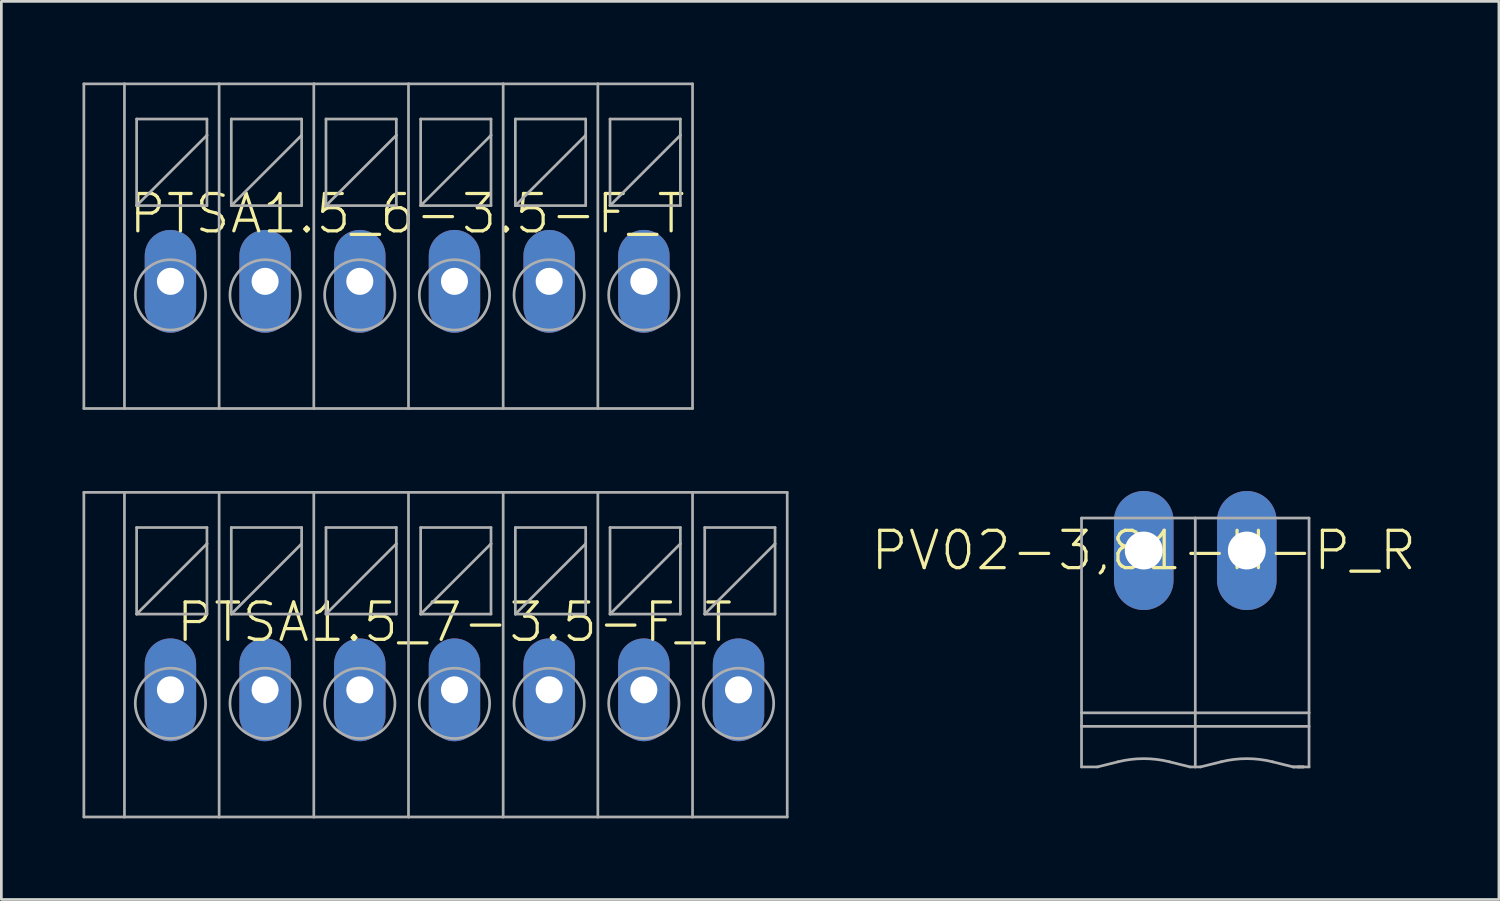
<source format=kicad_pcb>
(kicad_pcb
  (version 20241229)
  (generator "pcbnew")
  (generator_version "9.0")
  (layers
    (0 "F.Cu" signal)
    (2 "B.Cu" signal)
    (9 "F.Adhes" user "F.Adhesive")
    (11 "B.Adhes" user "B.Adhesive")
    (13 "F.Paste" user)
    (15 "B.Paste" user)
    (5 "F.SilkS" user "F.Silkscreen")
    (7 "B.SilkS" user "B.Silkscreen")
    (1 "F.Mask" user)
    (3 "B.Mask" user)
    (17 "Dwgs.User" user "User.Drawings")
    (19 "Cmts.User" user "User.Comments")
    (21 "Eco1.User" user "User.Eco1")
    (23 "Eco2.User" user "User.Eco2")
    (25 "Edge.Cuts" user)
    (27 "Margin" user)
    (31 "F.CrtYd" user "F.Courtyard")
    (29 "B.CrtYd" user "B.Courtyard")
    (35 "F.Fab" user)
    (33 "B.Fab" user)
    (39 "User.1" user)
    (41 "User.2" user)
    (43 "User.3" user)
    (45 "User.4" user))
  (footprint "PTSA1.5_7-3.5-F_T"
    (layer "F.Cu")
    (at 13.75 19.95)
    (property "Reference" "PTSA1.5_7-3.5-F_T" (at 0 0 0) (unlocked yes) (layer "F.SilkS") (effects (font (size 1.38 1.38) (thickness 0.12))))
    (fp_line (start -13.7 -4.8) (end -13.7 7.2) (stroke (width 0.1) (type solid)) (layer "F.Fab"))
    (fp_line (start -13.7 -4.8) (end -12.2 -4.8) (stroke (width 0.1) (type solid)) (layer "F.Fab"))
    (fp_line (start -13.7 7.2) (end -12.2 7.2) (stroke (width 0.1) (type solid)) (layer "F.Fab"))
    (fp_line (start -12.2 -4.8) (end -12.2 7.2) (stroke (width 0.1) (type solid)) (layer "F.Fab"))
    (fp_line (start -12.2 -4.8) (end -8.7 -4.8) (stroke (width 0.1) (type solid)) (layer "F.Fab"))
    (fp_line (start -12.2 7.2) (end -8.7 7.2) (stroke (width 0.1) (type solid)) (layer "F.Fab"))
    (fp_line (start -11.75 -3.5) (end -11.75 -0.3) (stroke (width 0.1) (type solid)) (layer "F.Fab"))
    (fp_line (start -11.75 -0.3) (end -9.15 -2.9) (stroke (width 0.1) (type solid)) (layer "F.Fab"))
    (fp_line (start -11.75 -0.3) (end -9.15 -0.3) (stroke (width 0.1) (type solid)) (layer "F.Fab"))
    (fp_line (start -9.15 -3.5) (end -11.75 -3.5) (stroke (width 0.1) (type solid)) (layer "F.Fab"))
    (fp_line (start -9.15 -2.9) (end -9.15 -3.5) (stroke (width 0.1) (type solid)) (layer "F.Fab"))
    (fp_line (start -9.15 -0.3) (end -9.15 -2.9) (stroke (width 0.1) (type solid)) (layer "F.Fab"))
    (fp_line (start -8.7 -4.8) (end -8.7 7.2) (stroke (width 0.1) (type solid)) (layer "F.Fab"))
    (fp_line (start -8.7 -4.8) (end -5.2 -4.8) (stroke (width 0.1) (type solid)) (layer "F.Fab"))
    (fp_line (start -8.7 7.2) (end -5.2 7.2) (stroke (width 0.1) (type solid)) (layer "F.Fab"))
    (fp_line (start -8.25 -3.5) (end -8.25 -0.3) (stroke (width 0.1) (type solid)) (layer "F.Fab"))
    (fp_line (start -8.25 -0.3) (end -5.65 -2.9) (stroke (width 0.1) (type solid)) (layer "F.Fab"))
    (fp_line (start -8.25 -0.3) (end -5.65 -0.3) (stroke (width 0.1) (type solid)) (layer "F.Fab"))
    (fp_line (start -5.65 -3.5) (end -8.25 -3.5) (stroke (width 0.1) (type solid)) (layer "F.Fab"))
    (fp_line (start -5.65 -2.9) (end -5.65 -3.5) (stroke (width 0.1) (type solid)) (layer "F.Fab"))
    (fp_line (start -5.65 -0.3) (end -5.65 -2.9) (stroke (width 0.1) (type solid)) (layer "F.Fab"))
    (fp_line (start -5.2 -4.8) (end -5.2 7.2) (stroke (width 0.1) (type solid)) (layer "F.Fab"))
    (fp_line (start -5.2 -4.8) (end -1.7 -4.8) (stroke (width 0.1) (type solid)) (layer "F.Fab"))
    (fp_line (start -5.2 7.2) (end -1.7 7.2) (stroke (width 0.1) (type solid)) (layer "F.Fab"))
    (fp_line (start -4.75 -3.5) (end -4.75 -0.3) (stroke (width 0.1) (type solid)) (layer "F.Fab"))
    (fp_line (start -4.75 -0.3) (end -2.15 -2.9) (stroke (width 0.1) (type solid)) (layer "F.Fab"))
    (fp_line (start -4.75 -0.3) (end -2.15 -0.3) (stroke (width 0.1) (type solid)) (layer "F.Fab"))
    (fp_line (start -2.15 -3.5) (end -4.75 -3.5) (stroke (width 0.1) (type solid)) (layer "F.Fab"))
    (fp_line (start -2.15 -2.9) (end -2.15 -3.5) (stroke (width 0.1) (type solid)) (layer "F.Fab"))
    (fp_line (start -2.15 -0.3) (end -2.15 -2.9) (stroke (width 0.1) (type solid)) (layer "F.Fab"))
    (fp_line (start -1.7 -4.8) (end -1.7 7.2) (stroke (width 0.1) (type solid)) (layer "F.Fab"))
    (fp_line (start -1.7 -4.8) (end 1.8 -4.8) (stroke (width 0.1) (type solid)) (layer "F.Fab"))
    (fp_line (start -1.7 7.2) (end 1.8 7.2) (stroke (width 0.1) (type solid)) (layer "F.Fab"))
    (fp_line (start -1.25 -3.5) (end -1.25 -0.3) (stroke (width 0.1) (type solid)) (layer "F.Fab"))
    (fp_line (start -1.25 -0.3) (end 1.35 -2.9) (stroke (width 0.1) (type solid)) (layer "F.Fab"))
    (fp_line (start -1.25 -0.3) (end 1.35 -0.3) (stroke (width 0.1) (type solid)) (layer "F.Fab"))
    (fp_line (start 1.35 -3.5) (end -1.25 -3.5) (stroke (width 0.1) (type solid)) (layer "F.Fab"))
    (fp_line (start 1.35 -2.9) (end 1.35 -3.5) (stroke (width 0.1) (type solid)) (layer "F.Fab"))
    (fp_line (start 1.35 -0.3) (end 1.35 -2.9) (stroke (width 0.1) (type solid)) (layer "F.Fab"))
    (fp_line (start 1.8 -4.8) (end 1.8 7.2) (stroke (width 0.1) (type solid)) (layer "F.Fab"))
    (fp_line (start 1.8 -4.8) (end 5.3 -4.8) (stroke (width 0.1) (type solid)) (layer "F.Fab"))
    (fp_line (start 1.8 7.2) (end 5.3 7.2) (stroke (width 0.1) (type solid)) (layer "F.Fab"))
    (fp_line (start 2.25 -3.5) (end 2.25 -0.3) (stroke (width 0.1) (type solid)) (layer "F.Fab"))
    (fp_line (start 2.25 -0.3) (end 4.85 -2.9) (stroke (width 0.1) (type solid)) (layer "F.Fab"))
    (fp_line (start 2.25 -0.3) (end 4.85 -0.3) (stroke (width 0.1) (type solid)) (layer "F.Fab"))
    (fp_line (start 4.85 -3.5) (end 2.25 -3.5) (stroke (width 0.1) (type solid)) (layer "F.Fab"))
    (fp_line (start 4.85 -2.9) (end 4.85 -3.5) (stroke (width 0.1) (type solid)) (layer "F.Fab"))
    (fp_line (start 4.85 -0.3) (end 4.85 -2.9) (stroke (width 0.1) (type solid)) (layer "F.Fab"))
    (fp_line (start 5.3 -4.8) (end 5.3 7.2) (stroke (width 0.1) (type solid)) (layer "F.Fab"))
    (fp_line (start 5.3 -4.8) (end 8.8 -4.8) (stroke (width 0.1) (type solid)) (layer "F.Fab"))
    (fp_line (start 5.3 7.2) (end 8.8 7.2) (stroke (width 0.1) (type solid)) (layer "F.Fab"))
    (fp_line (start 5.75 -3.5) (end 5.75 -0.3) (stroke (width 0.1) (type solid)) (layer "F.Fab"))
    (fp_line (start 5.75 -0.3) (end 8.35 -2.9) (stroke (width 0.1) (type solid)) (layer "F.Fab"))
    (fp_line (start 5.75 -0.3) (end 8.35 -0.3) (stroke (width 0.1) (type solid)) (layer "F.Fab"))
    (fp_line (start 8.35 -3.5) (end 5.75 -3.5) (stroke (width 0.1) (type solid)) (layer "F.Fab"))
    (fp_line (start 8.35 -2.9) (end 8.35 -3.5) (stroke (width 0.1) (type solid)) (layer "F.Fab"))
    (fp_line (start 8.35 -0.3) (end 8.35 -2.9) (stroke (width 0.1) (type solid)) (layer "F.Fab"))
    (fp_line (start 8.8 -4.8) (end 8.8 7.2) (stroke (width 0.1) (type solid)) (layer "F.Fab"))
    (fp_line (start 8.8 -4.8) (end 12.3 -4.8) (stroke (width 0.1) (type solid)) (layer "F.Fab"))
    (fp_line (start 8.8 7.2) (end 12.3 7.2) (stroke (width 0.1) (type solid)) (layer "F.Fab"))
    (fp_line (start 9.25 -3.5) (end 9.25 -0.3) (stroke (width 0.1) (type solid)) (layer "F.Fab"))
    (fp_line (start 9.25 -0.3) (end 11.85 -2.9) (stroke (width 0.1) (type solid)) (layer "F.Fab"))
    (fp_line (start 9.25 -0.3) (end 11.85 -0.3) (stroke (width 0.1) (type solid)) (layer "F.Fab"))
    (fp_line (start 11.85 -3.5) (end 9.25 -3.5) (stroke (width 0.1) (type solid)) (layer "F.Fab"))
    (fp_line (start 11.85 -2.9) (end 11.85 -3.5) (stroke (width 0.1) (type solid)) (layer "F.Fab"))
    (fp_line (start 11.85 -0.3) (end 11.85 -2.9) (stroke (width 0.1) (type solid)) (layer "F.Fab"))
    (fp_line (start 12.3 -4.8) (end 12.3 7.2) (stroke (width 0.1) (type solid)) (layer "F.Fab"))
    (fp_circle (center -10.5 3) (end -9.2 3) (stroke (width 0.1) (type solid)) (fill no) (layer "F.Fab"))
    (fp_circle (center -7 3) (end -5.7 3) (stroke (width 0.1) (type solid)) (fill no) (layer "F.Fab"))
    (fp_circle (center -3.5 3) (end -2.2 3) (stroke (width 0.1) (type solid)) (fill no) (layer "F.Fab"))
    (fp_circle (center 0 3) (end 1.3 3) (stroke (width 0.1) (type solid)) (fill no) (layer "F.Fab"))
    (fp_circle (center 3.5 3) (end 4.8 3) (stroke (width 0.1) (type solid)) (fill no) (layer "F.Fab"))
    (fp_circle (center 7 3) (end 8.3 3) (stroke (width 0.1) (type solid)) (fill no) (layer "F.Fab"))
    (fp_circle (center 10.5 3) (end 11.8 3) (stroke (width 0.1) (type solid)) (fill no) (layer "F.Fab"))
    (pad "1" thru_hole oval (at -10.5 2.5 90) (size 3.8 1.9) (drill 1) (layers "*.Cu" "*.Mask"))
    (pad "2" thru_hole oval (at -7 2.5 90) (size 3.8 1.9) (drill 1) (layers "*.Cu" "*.Mask"))
    (pad "3" thru_hole oval (at -3.5 2.5 90) (size 3.8 1.9) (drill 1) (layers "*.Cu" "*.Mask"))
    (pad "4" thru_hole oval (at 0 2.5 90) (size 3.8 1.9) (drill 1) (layers "*.Cu" "*.Mask"))
    (pad "5" thru_hole oval (at 3.5 2.5 90) (size 3.8 1.9) (drill 1) (layers "*.Cu" "*.Mask"))
    (pad "6" thru_hole oval (at 7 2.5 90) (size 3.8 1.9) (drill 1) (layers "*.Cu" "*.Mask"))
    (pad "7" thru_hole oval (at 10.5 2.5 90) (size 3.8 1.9) (drill 1) (layers "*.Cu" "*.Mask")))
  (footprint "PTSA1.5_6-3.5-F_T"
    (layer "F.Cu")
    (at 12 4.85)
    (property "Reference" "PTSA1.5_6-3.5-F_T" (at 0 0 0) (unlocked yes) (layer "F.SilkS") (effects (font (size 1.38 1.38) (thickness 0.12))))
    (fp_line (start -11.95 -4.8) (end -11.95 7.2) (stroke (width 0.1) (type solid)) (layer "F.Fab"))
    (fp_line (start -11.95 -4.8) (end -10.45 -4.8) (stroke (width 0.1) (type solid)) (layer "F.Fab"))
    (fp_line (start -11.95 7.2) (end -10.45 7.2) (stroke (width 0.1) (type solid)) (layer "F.Fab"))
    (fp_line (start -10.45 -4.8) (end -10.45 7.2) (stroke (width 0.1) (type solid)) (layer "F.Fab"))
    (fp_line (start -10.45 -4.8) (end -6.95 -4.8) (stroke (width 0.1) (type solid)) (layer "F.Fab"))
    (fp_line (start -10.45 7.2) (end -6.95 7.2) (stroke (width 0.1) (type solid)) (layer "F.Fab"))
    (fp_line (start -10 -3.5) (end -10 -0.3) (stroke (width 0.1) (type solid)) (layer "F.Fab"))
    (fp_line (start -10 -0.3) (end -7.4 -2.9) (stroke (width 0.1) (type solid)) (layer "F.Fab"))
    (fp_line (start -10 -0.3) (end -7.4 -0.3) (stroke (width 0.1) (type solid)) (layer "F.Fab"))
    (fp_line (start -7.4 -3.5) (end -10 -3.5) (stroke (width 0.1) (type solid)) (layer "F.Fab"))
    (fp_line (start -7.4 -2.9) (end -7.4 -3.5) (stroke (width 0.1) (type solid)) (layer "F.Fab"))
    (fp_line (start -7.4 -0.3) (end -7.4 -2.9) (stroke (width 0.1) (type solid)) (layer "F.Fab"))
    (fp_line (start -6.95 -4.8) (end -6.95 7.2) (stroke (width 0.1) (type solid)) (layer "F.Fab"))
    (fp_line (start -6.95 -4.8) (end -3.45 -4.8) (stroke (width 0.1) (type solid)) (layer "F.Fab"))
    (fp_line (start -6.95 7.2) (end -3.45 7.2) (stroke (width 0.1) (type solid)) (layer "F.Fab"))
    (fp_line (start -6.5 -3.5) (end -6.5 -0.3) (stroke (width 0.1) (type solid)) (layer "F.Fab"))
    (fp_line (start -6.5 -0.3) (end -3.9 -2.9) (stroke (width 0.1) (type solid)) (layer "F.Fab"))
    (fp_line (start -6.5 -0.3) (end -3.9 -0.3) (stroke (width 0.1) (type solid)) (layer "F.Fab"))
    (fp_line (start -3.9 -3.5) (end -6.5 -3.5) (stroke (width 0.1) (type solid)) (layer "F.Fab"))
    (fp_line (start -3.9 -2.9) (end -3.9 -3.5) (stroke (width 0.1) (type solid)) (layer "F.Fab"))
    (fp_line (start -3.9 -0.3) (end -3.9 -2.9) (stroke (width 0.1) (type solid)) (layer "F.Fab"))
    (fp_line (start -3.45 -4.8) (end -3.45 7.2) (stroke (width 0.1) (type solid)) (layer "F.Fab"))
    (fp_line (start -3.45 -4.8) (end 0.05 -4.8) (stroke (width 0.1) (type solid)) (layer "F.Fab"))
    (fp_line (start -3.45 7.2) (end 0.05 7.2) (stroke (width 0.1) (type solid)) (layer "F.Fab"))
    (fp_line (start -3 -3.5) (end -3 -0.3) (stroke (width 0.1) (type solid)) (layer "F.Fab"))
    (fp_line (start -3 -0.3) (end -0.4 -2.9) (stroke (width 0.1) (type solid)) (layer "F.Fab"))
    (fp_line (start -3 -0.3) (end -0.4 -0.3) (stroke (width 0.1) (type solid)) (layer "F.Fab"))
    (fp_line (start -0.4 -3.5) (end -3 -3.5) (stroke (width 0.1) (type solid)) (layer "F.Fab"))
    (fp_line (start -0.4 -2.9) (end -0.4 -3.5) (stroke (width 0.1) (type solid)) (layer "F.Fab"))
    (fp_line (start -0.4 -0.3) (end -0.4 -2.9) (stroke (width 0.1) (type solid)) (layer "F.Fab"))
    (fp_line (start 0.05 -4.8) (end 0.05 7.2) (stroke (width 0.1) (type solid)) (layer "F.Fab"))
    (fp_line (start 0.05 -4.8) (end 3.55 -4.8) (stroke (width 0.1) (type solid)) (layer "F.Fab"))
    (fp_line (start 0.05 7.2) (end 3.55 7.2) (stroke (width 0.1) (type solid)) (layer "F.Fab"))
    (fp_line (start 0.5 -3.5) (end 0.5 -0.3) (stroke (width 0.1) (type solid)) (layer "F.Fab"))
    (fp_line (start 0.5 -0.3) (end 3.1 -2.9) (stroke (width 0.1) (type solid)) (layer "F.Fab"))
    (fp_line (start 0.5 -0.3) (end 3.1 -0.3) (stroke (width 0.1) (type solid)) (layer "F.Fab"))
    (fp_line (start 3.1 -3.5) (end 0.5 -3.5) (stroke (width 0.1) (type solid)) (layer "F.Fab"))
    (fp_line (start 3.1 -2.9) (end 3.1 -3.5) (stroke (width 0.1) (type solid)) (layer "F.Fab"))
    (fp_line (start 3.1 -0.3) (end 3.1 -2.9) (stroke (width 0.1) (type solid)) (layer "F.Fab"))
    (fp_line (start 3.55 -4.8) (end 3.55 7.2) (stroke (width 0.1) (type solid)) (layer "F.Fab"))
    (fp_line (start 3.55 -4.8) (end 7.05 -4.8) (stroke (width 0.1) (type solid)) (layer "F.Fab"))
    (fp_line (start 3.55 7.2) (end 7.05 7.2) (stroke (width 0.1) (type solid)) (layer "F.Fab"))
    (fp_line (start 4 -3.5) (end 4 -0.3) (stroke (width 0.1) (type solid)) (layer "F.Fab"))
    (fp_line (start 4 -0.3) (end 6.6 -2.9) (stroke (width 0.1) (type solid)) (layer "F.Fab"))
    (fp_line (start 4 -0.3) (end 6.6 -0.3) (stroke (width 0.1) (type solid)) (layer "F.Fab"))
    (fp_line (start 6.6 -3.5) (end 4 -3.5) (stroke (width 0.1) (type solid)) (layer "F.Fab"))
    (fp_line (start 6.6 -2.9) (end 6.6 -3.5) (stroke (width 0.1) (type solid)) (layer "F.Fab"))
    (fp_line (start 6.6 -0.3) (end 6.6 -2.9) (stroke (width 0.1) (type solid)) (layer "F.Fab"))
    (fp_line (start 7.05 -4.8) (end 7.05 7.2) (stroke (width 0.1) (type solid)) (layer "F.Fab"))
    (fp_line (start 7.05 -4.8) (end 10.55 -4.8) (stroke (width 0.1) (type solid)) (layer "F.Fab"))
    (fp_line (start 7.05 7.2) (end 10.55 7.2) (stroke (width 0.1) (type solid)) (layer "F.Fab"))
    (fp_line (start 7.5 -3.5) (end 7.5 -0.3) (stroke (width 0.1) (type solid)) (layer "F.Fab"))
    (fp_line (start 7.5 -0.3) (end 10.1 -2.9) (stroke (width 0.1) (type solid)) (layer "F.Fab"))
    (fp_line (start 7.5 -0.3) (end 10.1 -0.3) (stroke (width 0.1) (type solid)) (layer "F.Fab"))
    (fp_line (start 10.1 -3.5) (end 7.5 -3.5) (stroke (width 0.1) (type solid)) (layer "F.Fab"))
    (fp_line (start 10.1 -2.9) (end 10.1 -3.5) (stroke (width 0.1) (type solid)) (layer "F.Fab"))
    (fp_line (start 10.1 -0.3) (end 10.1 -2.9) (stroke (width 0.1) (type solid)) (layer "F.Fab"))
    (fp_line (start 10.55 -4.8) (end 10.55 7.2) (stroke (width 0.1) (type solid)) (layer "F.Fab"))
    (fp_circle (center -8.75 3) (end -7.45 3) (stroke (width 0.1) (type solid)) (fill no) (layer "F.Fab"))
    (fp_circle (center -5.25 3) (end -3.95 3) (stroke (width 0.1) (type solid)) (fill no) (layer "F.Fab"))
    (fp_circle (center -1.75 3) (end -0.45 3) (stroke (width 0.1) (type solid)) (fill no) (layer "F.Fab"))
    (fp_circle (center 1.75 3) (end 3.05 3) (stroke (width 0.1) (type solid)) (fill no) (layer "F.Fab"))
    (fp_circle (center 5.25 3) (end 6.55 3) (stroke (width 0.1) (type solid)) (fill no) (layer "F.Fab"))
    (fp_circle (center 8.75 3) (end 10.05 3) (stroke (width 0.1) (type solid)) (fill no) (layer "F.Fab"))
    (pad "1" thru_hole oval (at -8.75 2.5 90) (size 3.8 1.9) (drill 1) (layers "*.Cu" "*.Mask"))
    (pad "2" thru_hole oval (at -5.25 2.5 90) (size 3.8 1.9) (drill 1) (layers "*.Cu" "*.Mask"))
    (pad "3" thru_hole oval (at -1.75 2.5 90) (size 3.8 1.9) (drill 1) (layers "*.Cu" "*.Mask"))
    (pad "4" thru_hole oval (at 1.75 2.5 90) (size 3.8 1.9) (drill 1) (layers "*.Cu" "*.Mask"))
    (pad "5" thru_hole oval (at 5.25 2.5 90) (size 3.8 1.9) (drill 1) (layers "*.Cu" "*.Mask"))
    (pad "6" thru_hole oval (at 8.75 2.5 90) (size 3.8 1.9) (drill 1) (layers "*.Cu" "*.Mask")))
  (footprint "PV02-3,81-H-P_R"
    (layer "F.Cu")
    (at 41.134 17.3)
    (property "Reference" "PV02-3,81-H-P_R" (at -1.905 0 0) (unlocked yes) (layer "F.SilkS") (effects (font (size 1.38 1.38) (thickness 0.12))))
    (fp_line (start -4.205 -1.2) (end -4.205 6) (stroke (width 0.1) (type solid)) (layer "F.Fab"))
    (fp_line (start -4.205 -1.2) (end 0 -1.2) (stroke (width 0.1) (type solid)) (layer "F.Fab"))
    (fp_line (start -4.205 6) (end -4.205 6.5) (stroke (width 0.1) (type solid)) (layer "F.Fab"))
    (fp_line (start -4.205 6) (end 0 6) (stroke (width 0.1) (type solid)) (layer "F.Fab"))
    (fp_line (start -4.205 6.5) (end -4.205 8) (stroke (width 0.1) (type solid)) (layer "F.Fab"))
    (fp_line (start -4.205 6.5) (end 0 6.5) (stroke (width 0.1) (type solid)) (layer "F.Fab"))
    (fp_line (start -4.205 8) (end -3.619 8) (stroke (width 0.1) (type solid)) (layer "F.Fab"))
    (fp_line (start -3.619 8) (end -2.857 7.811) (stroke (width 0.1) (type solid)) (layer "F.Fab"))
    (fp_line (start -0.191 8) (end -0.953 7.811) (stroke (width 0.1) (type solid)) (layer "F.Fab"))
    (fp_line (start -0.191 8) (end 0 8) (stroke (width 0.1) (type solid)) (layer "F.Fab"))
    (fp_line (start 0 -1.2) (end 4.205 -1.2) (stroke (width 0.1) (type solid)) (layer "F.Fab"))
    (fp_line (start 0 6) (end 0 -1.2) (stroke (width 0.1) (type solid)) (layer "F.Fab"))
    (fp_line (start 0 6) (end 4.205 6) (stroke (width 0.1) (type solid)) (layer "F.Fab"))
    (fp_line (start 0 6.5) (end 0 6) (stroke (width 0.1) (type solid)) (layer "F.Fab"))
    (fp_line (start 0 6.5) (end 4.205 6.5) (stroke (width 0.1) (type solid)) (layer "F.Fab"))
    (fp_line (start 0 8) (end 0 6.5) (stroke (width 0.1) (type solid)) (layer "F.Fab"))
    (fp_line (start 0.191 8) (end 0 8) (stroke (width 0.1) (type solid)) (layer "F.Fab"))
    (fp_line (start 0.191 8) (end 0.953 7.811) (stroke (width 0.1) (type solid)) (layer "F.Fab"))
    (fp_line (start 3.619 8) (end 2.857 7.811) (stroke (width 0.1) (type solid)) (layer "F.Fab"))
    (fp_line (start 3.619 8) (end 3.81 8) (stroke (width 0.1) (type solid)) (layer "F.Fab"))
    (fp_line (start 3.619 8) (end 4 8) (stroke (width 0.1) (type solid)) (layer "F.Fab"))
    (fp_line (start 3.81 8) (end 4 8) (stroke (width 0.1) (type solid)) (layer "F.Fab"))
    (fp_line (start 3.81 8) (end 4.205 8) (stroke (width 0.1) (type solid)) (layer "F.Fab"))
    (fp_line (start 4.205 -1.2) (end 4.205 6) (stroke (width 0.1) (type solid)) (layer "F.Fab"))
    (fp_line (start 4.205 6) (end 4.205 6.5) (stroke (width 0.1) (type solid)) (layer "F.Fab"))
    (fp_line (start 4.205 6.5) (end 4.205 8) (stroke (width 0.1) (type solid)) (layer "F.Fab"))
    (fp_arc (start -2.8575 7.8105) (mid -1.905 7.693242) (end -0.9525 7.8105) (stroke (width 0.1) (type solid)) (layer "F.Fab"))
    (fp_arc (start 0.9525 7.8105) (mid 1.905 7.693242) (end 2.8575 7.8105) (stroke (width 0.1) (type solid)) (layer "F.Fab"))
    (pad "1" thru_hole oval (at -1.905 0 90) (size 4.4 2.2) (drill 1.4) (layers "*.Cu" "*.Mask"))
    (pad "2" thru_hole oval (at 1.905 0 90) (size 4.4 2.2) (drill 1.4) (layers "*.Cu" "*.Mask")))
  (gr_rect
    (start -3 -3)
    (end 52.358 30.2)
    (stroke (width 0.1) (type default))
    (fill no)
    (layer "Edge.Cuts")))
</source>
